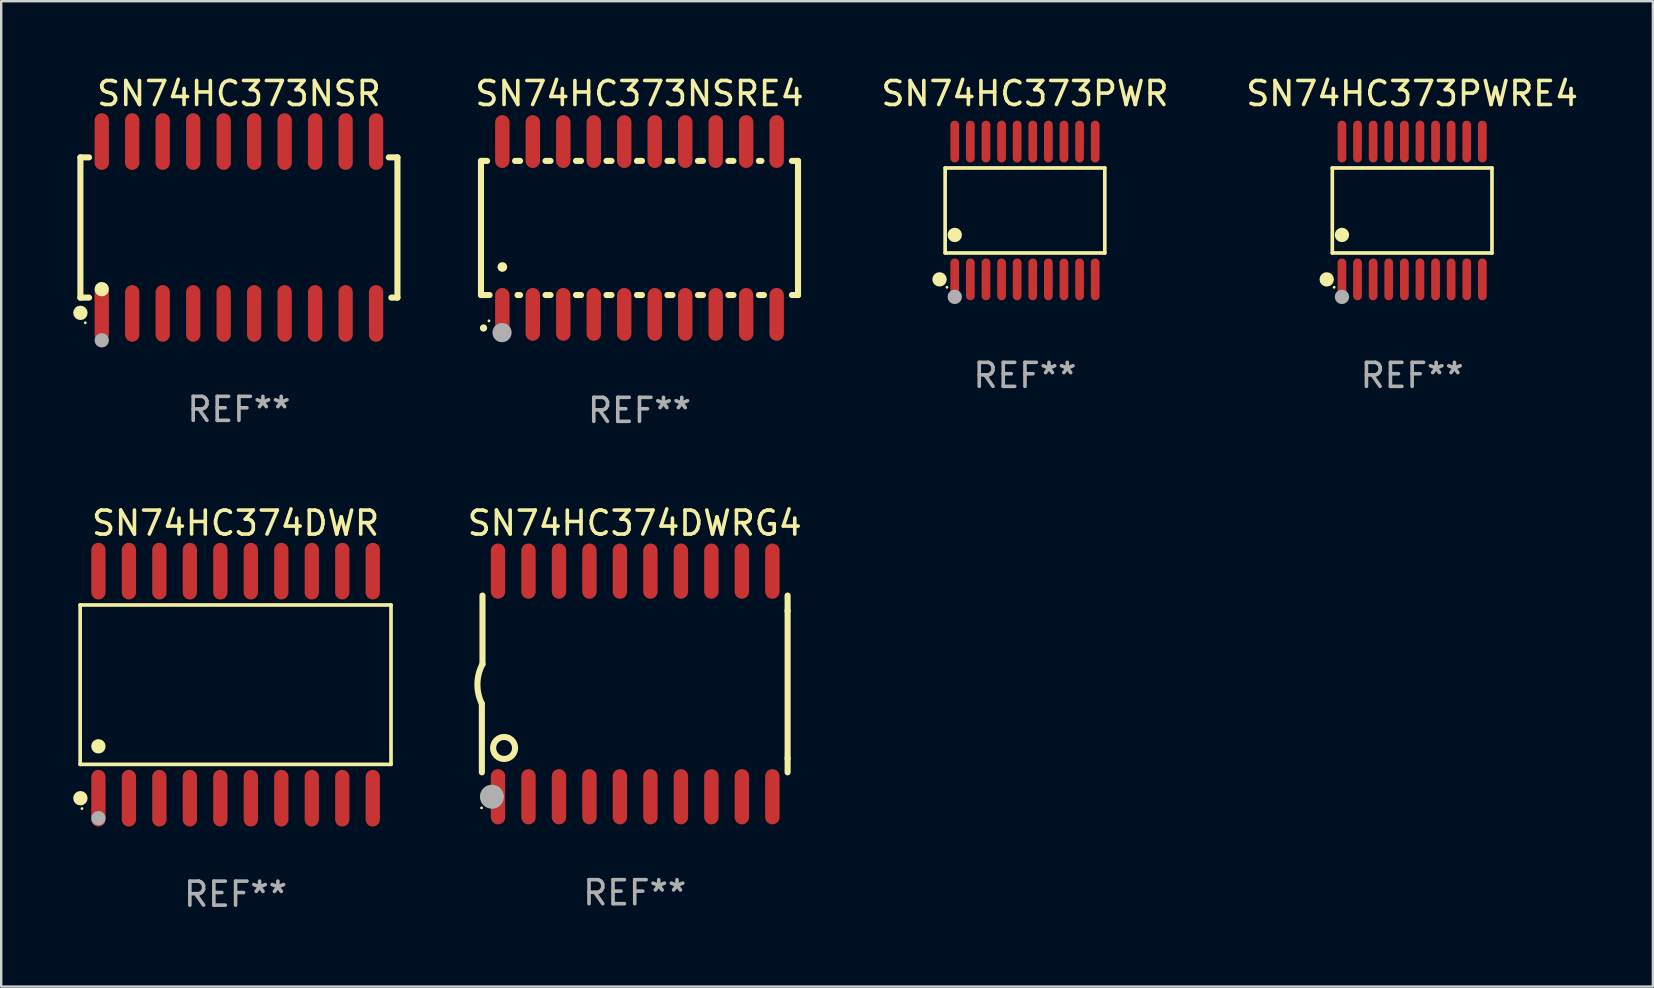
<source format=kicad_pcb>
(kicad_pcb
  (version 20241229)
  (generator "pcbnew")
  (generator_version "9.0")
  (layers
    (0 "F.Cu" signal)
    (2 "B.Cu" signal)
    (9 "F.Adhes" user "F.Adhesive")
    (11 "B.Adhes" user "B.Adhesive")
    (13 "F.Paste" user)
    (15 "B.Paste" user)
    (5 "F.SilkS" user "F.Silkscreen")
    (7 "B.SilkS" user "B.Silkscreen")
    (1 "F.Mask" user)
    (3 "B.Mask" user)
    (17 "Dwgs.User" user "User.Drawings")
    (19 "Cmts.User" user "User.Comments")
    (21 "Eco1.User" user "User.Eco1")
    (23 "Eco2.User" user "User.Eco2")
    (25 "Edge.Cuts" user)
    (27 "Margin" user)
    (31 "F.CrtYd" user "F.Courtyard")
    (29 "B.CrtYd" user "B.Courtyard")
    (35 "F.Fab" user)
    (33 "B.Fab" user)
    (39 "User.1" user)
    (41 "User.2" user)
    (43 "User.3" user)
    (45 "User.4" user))
  (footprint "SN74HC373PWRE4"
    (layer "F.Cu")
    (at 55.784 5.719)
    (property "Reference" "SN74HC373PWRE4" (at 0 -4.871 0) (layer "F.SilkS") (effects (font (size 1 1) (thickness 0.15))))
    (attr through_hole)
    (fp_line (start -3.326 -1.771) (end 3.326 -1.771) (stroke (width 0.152) (type solid)) (layer "F.SilkS"))
    (fp_line (start -3.326 1.771) (end -3.326 -1.771) (stroke (width 0.152) (type solid)) (layer "F.SilkS"))
    (fp_line (start 3.326 -1.771) (end 3.326 1.771) (stroke (width 0.152) (type solid)) (layer "F.SilkS"))
    (fp_line (start 3.326 1.771) (end -3.326 1.771) (stroke (width 0.152) (type solid)) (layer "F.SilkS"))
    (fp_circle (center -3.559 2.871) (end -3.409 2.871) (stroke (width 0.3) (type solid)) (fill no) (layer "F.SilkS"))
    (fp_circle (center -3.25 3.2) (end -3.22 3.2) (stroke (width 0.06) (type solid)) (fill no) (layer "F.SilkS"))
    (fp_circle (center -2.925 1.019) (end -2.775 1.019) (stroke (width 0.3) (type solid)) (fill no) (layer "F.SilkS"))
    (fp_circle (center -2.925 3.6) (end -2.775 3.6) (stroke (width 0.3) (type solid)) (fill no) (layer "F.Fab"))
    (fp_text user "REF**" (at 0 6.871 0) (layer "F.Fab") (effects (font (size 1 1) (thickness 0.15))))
    (pad "1" smd oval (at -2.925 2.871) (size 0.364 1.742) (layers "F.Cu" "F.Mask" "F.Paste"))
    (pad "2" smd oval (at -2.275 2.871) (size 0.364 1.742) (layers "F.Cu" "F.Mask" "F.Paste"))
    (pad "3" smd oval (at -1.625 2.871) (size 0.364 1.742) (layers "F.Cu" "F.Mask" "F.Paste"))
    (pad "4" smd oval (at -0.975 2.871) (size 0.364 1.742) (layers "F.Cu" "F.Mask" "F.Paste"))
    (pad "5" smd oval (at -0.325 2.871) (size 0.364 1.742) (layers "F.Cu" "F.Mask" "F.Paste"))
    (pad "6" smd oval (at 0.325 2.871) (size 0.364 1.742) (layers "F.Cu" "F.Mask" "F.Paste"))
    (pad "7" smd oval (at 0.975 2.871) (size 0.364 1.742) (layers "F.Cu" "F.Mask" "F.Paste"))
    (pad "8" smd oval (at 1.625 2.871) (size 0.364 1.742) (layers "F.Cu" "F.Mask" "F.Paste"))
    (pad "9" smd oval (at 2.275 2.871) (size 0.364 1.742) (layers "F.Cu" "F.Mask" "F.Paste"))
    (pad "10" smd oval (at 2.925 2.871) (size 0.364 1.742) (layers "F.Cu" "F.Mask" "F.Paste"))
    (pad "11" smd oval (at 2.925 -2.871) (size 0.364 1.742) (layers "F.Cu" "F.Mask" "F.Paste"))
    (pad "12" smd oval (at 2.275 -2.871) (size 0.364 1.742) (layers "F.Cu" "F.Mask" "F.Paste"))
    (pad "13" smd oval (at 1.625 -2.871) (size 0.364 1.742) (layers "F.Cu" "F.Mask" "F.Paste"))
    (pad "14" smd oval (at 0.975 -2.871) (size 0.364 1.742) (layers "F.Cu" "F.Mask" "F.Paste"))
    (pad "15" smd oval (at 0.325 -2.871) (size 0.364 1.742) (layers "F.Cu" "F.Mask" "F.Paste"))
    (pad "16" smd oval (at -0.325 -2.871) (size 0.364 1.742) (layers "F.Cu" "F.Mask" "F.Paste"))
    (pad "17" smd oval (at -0.975 -2.871) (size 0.364 1.742) (layers "F.Cu" "F.Mask" "F.Paste"))
    (pad "18" smd oval (at -1.625 -2.871) (size 0.364 1.742) (layers "F.Cu" "F.Mask" "F.Paste"))
    (pad "19" smd oval (at -2.275 -2.871) (size 0.364 1.742) (layers "F.Cu" "F.Mask" "F.Paste"))
    (pad "20" smd oval (at -2.925 -2.871) (size 0.364 1.742) (layers "F.Cu" "F.Mask" "F.Paste")))
  (footprint "SN74HC374DWR"
    (layer "F.Cu")
    (at 6.765 25.475)
    (property "Reference" "SN74HC374DWR" (at 0 -6.73 0) (layer "F.SilkS") (effects (font (size 1 1) (thickness 0.15))))
    (attr through_hole)
    (fp_line (start -6.476 -3.321) (end 6.476 -3.321) (stroke (width 0.152) (type solid)) (layer "F.SilkS"))
    (fp_line (start -6.476 3.321) (end -6.476 -3.321) (stroke (width 0.152) (type solid)) (layer "F.SilkS"))
    (fp_line (start 6.476 -3.321) (end 6.476 3.321) (stroke (width 0.152) (type solid)) (layer "F.SilkS"))
    (fp_line (start 6.476 3.321) (end -6.476 3.321) (stroke (width 0.152) (type solid)) (layer "F.SilkS"))
    (fp_circle (center -6.465 4.73) (end -6.315 4.73) (stroke (width 0.3) (type solid)) (fill no) (layer "F.SilkS"))
    (fp_circle (center -6.4 5.163) (end -6.37 5.163) (stroke (width 0.06) (type solid)) (fill no) (layer "F.SilkS"))
    (fp_circle (center -5.715 2.569) (end -5.565 2.569) (stroke (width 0.3) (type solid)) (fill no) (layer "F.SilkS"))
    (fp_circle (center -5.715 5.563) (end -5.565 5.563) (stroke (width 0.3) (type solid)) (fill no) (layer "F.Fab"))
    (fp_text user "REF**" (at 0 8.73 0) (layer "F.Fab") (effects (font (size 1 1) (thickness 0.15))))
    (pad "1" smd oval (at -5.715 4.73) (size 0.595 2.36) (layers "F.Cu" "F.Mask" "F.Paste"))
    (pad "2" smd oval (at -4.445 4.73) (size 0.595 2.36) (layers "F.Cu" "F.Mask" "F.Paste"))
    (pad "3" smd oval (at -3.175 4.73) (size 0.595 2.36) (layers "F.Cu" "F.Mask" "F.Paste"))
    (pad "4" smd oval (at -1.905 4.73) (size 0.595 2.36) (layers "F.Cu" "F.Mask" "F.Paste"))
    (pad "5" smd oval (at -0.635 4.73) (size 0.595 2.36) (layers "F.Cu" "F.Mask" "F.Paste"))
    (pad "6" smd oval (at 0.635 4.73) (size 0.595 2.36) (layers "F.Cu" "F.Mask" "F.Paste"))
    (pad "7" smd oval (at 1.905 4.73) (size 0.595 2.36) (layers "F.Cu" "F.Mask" "F.Paste"))
    (pad "8" smd oval (at 3.175 4.73) (size 0.595 2.36) (layers "F.Cu" "F.Mask" "F.Paste"))
    (pad "9" smd oval (at 4.445 4.73) (size 0.595 2.36) (layers "F.Cu" "F.Mask" "F.Paste"))
    (pad "10" smd oval (at 5.715 4.73) (size 0.595 2.36) (layers "F.Cu" "F.Mask" "F.Paste"))
    (pad "11" smd oval (at 5.715 -4.73) (size 0.595 2.36) (layers "F.Cu" "F.Mask" "F.Paste"))
    (pad "12" smd oval (at 4.445 -4.73) (size 0.595 2.36) (layers "F.Cu" "F.Mask" "F.Paste"))
    (pad "13" smd oval (at 3.175 -4.73) (size 0.595 2.36) (layers "F.Cu" "F.Mask" "F.Paste"))
    (pad "14" smd oval (at 1.905 -4.73) (size 0.595 2.36) (layers "F.Cu" "F.Mask" "F.Paste"))
    (pad "15" smd oval (at 0.635 -4.73) (size 0.595 2.36) (layers "F.Cu" "F.Mask" "F.Paste"))
    (pad "16" smd oval (at -0.635 -4.73) (size 0.595 2.36) (layers "F.Cu" "F.Mask" "F.Paste"))
    (pad "17" smd oval (at -1.905 -4.73) (size 0.595 2.36) (layers "F.Cu" "F.Mask" "F.Paste"))
    (pad "18" smd oval (at -3.175 -4.73) (size 0.595 2.36) (layers "F.Cu" "F.Mask" "F.Paste"))
    (pad "19" smd oval (at -4.445 -4.73) (size 0.595 2.36) (layers "F.Cu" "F.Mask" "F.Paste"))
    (pad "20" smd oval (at -5.715 -4.73) (size 0.595 2.36) (layers "F.Cu" "F.Mask" "F.Paste")))
  (footprint "SN74HC373PWR"
    (layer "F.Cu")
    (at 39.653 5.719)
    (property "Reference" "SN74HC373PWR" (at 0 -4.871 0) (layer "F.SilkS") (effects (font (size 1 1) (thickness 0.15))))
    (attr through_hole)
    (fp_line (start -3.326 -1.771) (end 3.326 -1.771) (stroke (width 0.152) (type solid)) (layer "F.SilkS"))
    (fp_line (start -3.326 1.771) (end -3.326 -1.771) (stroke (width 0.152) (type solid)) (layer "F.SilkS"))
    (fp_line (start 3.326 -1.771) (end 3.326 1.771) (stroke (width 0.152) (type solid)) (layer "F.SilkS"))
    (fp_line (start 3.326 1.771) (end -3.326 1.771) (stroke (width 0.152) (type solid)) (layer "F.SilkS"))
    (fp_circle (center -3.559 2.871) (end -3.409 2.871) (stroke (width 0.3) (type solid)) (fill no) (layer "F.SilkS"))
    (fp_circle (center -3.25 3.2) (end -3.22 3.2) (stroke (width 0.06) (type solid)) (fill no) (layer "F.SilkS"))
    (fp_circle (center -2.925 1.019) (end -2.775 1.019) (stroke (width 0.3) (type solid)) (fill no) (layer "F.SilkS"))
    (fp_circle (center -2.925 3.6) (end -2.775 3.6) (stroke (width 0.3) (type solid)) (fill no) (layer "F.Fab"))
    (fp_text user "REF**" (at 0 6.871 0) (layer "F.Fab") (effects (font (size 1 1) (thickness 0.15))))
    (pad "1" smd oval (at -2.925 2.871) (size 0.364 1.742) (layers "F.Cu" "F.Mask" "F.Paste"))
    (pad "2" smd oval (at -2.275 2.871) (size 0.364 1.742) (layers "F.Cu" "F.Mask" "F.Paste"))
    (pad "3" smd oval (at -1.625 2.871) (size 0.364 1.742) (layers "F.Cu" "F.Mask" "F.Paste"))
    (pad "4" smd oval (at -0.975 2.871) (size 0.364 1.742) (layers "F.Cu" "F.Mask" "F.Paste"))
    (pad "5" smd oval (at -0.325 2.871) (size 0.364 1.742) (layers "F.Cu" "F.Mask" "F.Paste"))
    (pad "6" smd oval (at 0.325 2.871) (size 0.364 1.742) (layers "F.Cu" "F.Mask" "F.Paste"))
    (pad "7" smd oval (at 0.975 2.871) (size 0.364 1.742) (layers "F.Cu" "F.Mask" "F.Paste"))
    (pad "8" smd oval (at 1.625 2.871) (size 0.364 1.742) (layers "F.Cu" "F.Mask" "F.Paste"))
    (pad "9" smd oval (at 2.275 2.871) (size 0.364 1.742) (layers "F.Cu" "F.Mask" "F.Paste"))
    (pad "10" smd oval (at 2.925 2.871) (size 0.364 1.742) (layers "F.Cu" "F.Mask" "F.Paste"))
    (pad "11" smd oval (at 2.925 -2.871) (size 0.364 1.742) (layers "F.Cu" "F.Mask" "F.Paste"))
    (pad "12" smd oval (at 2.275 -2.871) (size 0.364 1.742) (layers "F.Cu" "F.Mask" "F.Paste"))
    (pad "13" smd oval (at 1.625 -2.871) (size 0.364 1.742) (layers "F.Cu" "F.Mask" "F.Paste"))
    (pad "14" smd oval (at 0.975 -2.871) (size 0.364 1.742) (layers "F.Cu" "F.Mask" "F.Paste"))
    (pad "15" smd oval (at 0.325 -2.871) (size 0.364 1.742) (layers "F.Cu" "F.Mask" "F.Paste"))
    (pad "16" smd oval (at -0.325 -2.871) (size 0.364 1.742) (layers "F.Cu" "F.Mask" "F.Paste"))
    (pad "17" smd oval (at -0.975 -2.871) (size 0.364 1.742) (layers "F.Cu" "F.Mask" "F.Paste"))
    (pad "18" smd oval (at -1.625 -2.871) (size 0.364 1.742) (layers "F.Cu" "F.Mask" "F.Paste"))
    (pad "19" smd oval (at -2.275 -2.871) (size 0.364 1.742) (layers "F.Cu" "F.Mask" "F.Paste"))
    (pad "20" smd oval (at -2.925 -2.871) (size 0.364 1.742) (layers "F.Cu" "F.Mask" "F.Paste")))
  (footprint "SN74HC374DWRG4"
    (layer "F.Cu")
    (at 23.395 25.445)
    (property "Reference" "SN74HC374DWRG4" (at 0 -6.7 0) (layer "F.SilkS") (effects (font (size 1 1) (thickness 0.15))))
    (attr through_hole)
    (fp_line (start -6.369 0.826) (end -6.369 3.683) (stroke (width 0.254) (type solid)) (layer "F.SilkS"))
    (fp_line (start -6.343 -0.825) (end -6.343 -3.683) (stroke (width 0.254) (type solid)) (layer "F.SilkS"))
    (fp_line (start 6.369 -3.048) (end 6.369 -3.683) (stroke (width 0.254) (type solid)) (layer "F.SilkS"))
    (fp_line (start 6.369 -3.048) (end 6.369 3.096) (stroke (width 0.254) (type solid)) (layer "F.SilkS"))
    (fp_line (start 6.369 3.096) (end 6.369 3.683) (stroke (width 0.254) (type solid)) (layer "F.SilkS"))
    (fp_arc (start -6.36853 0.825552) (mid -6.554743 -0.00301) (end -6.343129 -0.825451) (stroke (width 0.254001) (type solid)) (layer "F.SilkS"))
    (fp_circle (center -6.382 5.163) (end -6.352 5.163) (stroke (width 0.06) (type solid)) (fill no) (layer "F.SilkS"))
    (fp_circle (center -5.443 2.667) (end -4.985 2.667) (stroke (width 0.254) (type solid)) (fill no) (layer "F.SilkS"))
    (fp_circle (center -5.951 4.699) (end -5.701 4.699) (stroke (width 0.5) (type solid)) (fill no) (layer "F.Fab"))
    (fp_text user "REF**" (at 0 8.7 0) (layer "F.Fab") (effects (font (size 1 1) (thickness 0.15))))
    (pad "1" smd oval (at -5.697 4.7 180) (size 0.6 2.3) (layers "F.Cu" "F.Mask" "F.Paste"))
    (pad "2" smd oval (at -4.427 4.7 180) (size 0.6 2.3) (layers "F.Cu" "F.Mask" "F.Paste"))
    (pad "3" smd oval (at -3.157 4.7 180) (size 0.6 2.3) (layers "F.Cu" "F.Mask" "F.Paste"))
    (pad "4" smd oval (at -1.887 4.7 180) (size 0.6 2.3) (layers "F.Cu" "F.Mask" "F.Paste"))
    (pad "5" smd oval (at -0.617 4.7 180) (size 0.6 2.3) (layers "F.Cu" "F.Mask" "F.Paste"))
    (pad "6" smd oval (at 0.653 4.7 180) (size 0.6 2.3) (layers "F.Cu" "F.Mask" "F.Paste"))
    (pad "7" smd oval (at 1.923 4.7 180) (size 0.6 2.3) (layers "F.Cu" "F.Mask" "F.Paste"))
    (pad "8" smd oval (at 3.193 4.7 180) (size 0.6 2.3) (layers "F.Cu" "F.Mask" "F.Paste"))
    (pad "9" smd oval (at 4.463 4.7 180) (size 0.6 2.3) (layers "F.Cu" "F.Mask" "F.Paste"))
    (pad "10" smd oval (at 5.734 4.7 180) (size 0.6 2.3) (layers "F.Cu" "F.Mask" "F.Paste"))
    (pad "11" smd oval (at 5.734 -4.7 180) (size 0.6 2.3) (layers "F.Cu" "F.Mask" "F.Paste"))
    (pad "12" smd oval (at 4.463 -4.7 180) (size 0.6 2.3) (layers "F.Cu" "F.Mask" "F.Paste"))
    (pad "13" smd oval (at 3.193 -4.7 180) (size 0.6 2.3) (layers "F.Cu" "F.Mask" "F.Paste"))
    (pad "14" smd oval (at 1.923 -4.7 180) (size 0.6 2.3) (layers "F.Cu" "F.Mask" "F.Paste"))
    (pad "15" smd oval (at 0.653 -4.7 180) (size 0.6 2.3) (layers "F.Cu" "F.Mask" "F.Paste"))
    (pad "16" smd oval (at -0.617 -4.7 180) (size 0.6 2.3) (layers "F.Cu" "F.Mask" "F.Paste"))
    (pad "17" smd oval (at -1.887 -4.7 180) (size 0.6 2.3) (layers "F.Cu" "F.Mask" "F.Paste"))
    (pad "18" smd oval (at -3.157 -4.7 180) (size 0.6 2.3) (layers "F.Cu" "F.Mask" "F.Paste"))
    (pad "19" smd oval (at -4.427 -4.7 180) (size 0.6 2.3) (layers "F.Cu" "F.Mask" "F.Paste"))
    (pad "20" smd oval (at -5.697 -4.7 180) (size 0.6 2.3) (layers "F.Cu" "F.Mask" "F.Paste")))
  (footprint "SN74HC373NSRE4"
    (layer "F.Cu")
    (at 23.593 6.448)
    (property "Reference" "SN74HC373NSRE4" (at 0 -5.6 0) (layer "F.SilkS") (effects (font (size 1 1) (thickness 0.15))))
    (attr through_hole)
    (fp_line (start -6.604 -2.794) (end -6.604 2.794) (stroke (width 0.254) (type solid)) (layer "F.SilkS"))
    (fp_line (start -6.604 2.794) (end -6.246 2.794) (stroke (width 0.254) (type solid)) (layer "F.SilkS"))
    (fp_line (start -6.35 -2.794) (end -6.604 -2.794) (stroke (width 0.254) (type solid)) (layer "F.SilkS"))
    (fp_line (start -5.184 -2.794) (end -4.976 -2.794) (stroke (width 0.254) (type solid)) (layer "F.SilkS"))
    (fp_line (start -5.08 2.794) (end -4.976 2.794) (stroke (width 0.254) (type solid)) (layer "F.SilkS"))
    (fp_line (start -3.914 -2.794) (end -3.706 -2.794) (stroke (width 0.254) (type solid)) (layer "F.SilkS"))
    (fp_line (start -3.914 2.794) (end -3.706 2.794) (stroke (width 0.254) (type solid)) (layer "F.SilkS"))
    (fp_line (start -2.644 -2.794) (end -2.436 -2.794) (stroke (width 0.254) (type solid)) (layer "F.SilkS"))
    (fp_line (start -2.644 2.794) (end -2.436 2.794) (stroke (width 0.254) (type solid)) (layer "F.SilkS"))
    (fp_line (start -1.374 -2.794) (end -1.166 -2.794) (stroke (width 0.254) (type solid)) (layer "F.SilkS"))
    (fp_line (start -1.374 2.794) (end -1.166 2.794) (stroke (width 0.254) (type solid)) (layer "F.SilkS"))
    (fp_line (start -0.104 -2.794) (end 0.104 -2.794) (stroke (width 0.254) (type solid)) (layer "F.SilkS"))
    (fp_line (start -0.104 2.794) (end 0.104 2.794) (stroke (width 0.254) (type solid)) (layer "F.SilkS"))
    (fp_line (start 1.166 -2.794) (end 1.374 -2.794) (stroke (width 0.254) (type solid)) (layer "F.SilkS"))
    (fp_line (start 1.166 2.794) (end 1.374 2.794) (stroke (width 0.254) (type solid)) (layer "F.SilkS"))
    (fp_line (start 2.436 -2.794) (end 2.644 -2.794) (stroke (width 0.254) (type solid)) (layer "F.SilkS"))
    (fp_line (start 2.436 2.794) (end 2.644 2.794) (stroke (width 0.254) (type solid)) (layer "F.SilkS"))
    (fp_line (start 3.706 -2.794) (end 3.914 -2.794) (stroke (width 0.254) (type solid)) (layer "F.SilkS"))
    (fp_line (start 3.706 2.794) (end 3.914 2.794) (stroke (width 0.254) (type solid)) (layer "F.SilkS"))
    (fp_line (start 4.976 -2.794) (end 5.08 -2.794) (stroke (width 0.254) (type solid)) (layer "F.SilkS"))
    (fp_line (start 4.976 2.794) (end 5.184 2.794) (stroke (width 0.254) (type solid)) (layer "F.SilkS"))
    (fp_line (start 6.35 -2.794) (end 6.604 -2.794) (stroke (width 0.254) (type solid)) (layer "F.SilkS"))
    (fp_line (start 6.604 -2.794) (end 6.604 2.794) (stroke (width 0.254) (type solid)) (layer "F.SilkS"))
    (fp_line (start 6.604 2.794) (end 6.35 2.794) (stroke (width 0.254) (type solid)) (layer "F.SilkS"))
    (fp_arc (start -6.499619 4.167793) (mid -6.498349 4.167788) (end -6.497079 4.167793) (stroke (width 0.3) (type solid)) (layer "F.SilkS"))
    (fp_arc (start -5.715011 1.625603) (mid -5.713741 1.625599) (end -5.712471 1.625603) (stroke (width 0.4) (type solid)) (layer "F.SilkS"))
    (fp_circle (center -6.27 3.87) (end -6.24 3.87) (stroke (width 0.06) (type solid)) (fill no) (layer "F.SilkS"))
    (fp_circle (center -5.727 4.359) (end -5.527 4.359) (stroke (width 0.4) (type solid)) (fill no) (layer "F.Fab"))
    (fp_text user "REF**" (at 0 7.6 0) (layer "F.Fab") (effects (font (size 1 1) (thickness 0.15))))
    (pad "1" smd oval (at -5.715 3.6) (size 0.6 2.2) (layers "F.Cu" "F.Mask" "F.Paste"))
    (pad "2" smd oval (at -4.445 3.6) (size 0.6 2.2) (layers "F.Cu" "F.Mask" "F.Paste"))
    (pad "3" smd oval (at -3.175 3.6) (size 0.6 2.2) (layers "F.Cu" "F.Mask" "F.Paste"))
    (pad "4" smd oval (at -1.905 3.6) (size 0.6 2.2) (layers "F.Cu" "F.Mask" "F.Paste"))
    (pad "5" smd oval (at -0.635 3.6) (size 0.6 2.2) (layers "F.Cu" "F.Mask" "F.Paste"))
    (pad "6" smd oval (at 0.635 3.6) (size 0.6 2.2) (layers "F.Cu" "F.Mask" "F.Paste"))
    (pad "7" smd oval (at 1.905 3.6) (size 0.6 2.2) (layers "F.Cu" "F.Mask" "F.Paste"))
    (pad "8" smd oval (at 3.175 3.6) (size 0.6 2.2) (layers "F.Cu" "F.Mask" "F.Paste"))
    (pad "9" smd oval (at 4.445 3.6) (size 0.6 2.2) (layers "F.Cu" "F.Mask" "F.Paste"))
    (pad "10" smd oval (at 5.715 3.6) (size 0.6 2.2) (layers "F.Cu" "F.Mask" "F.Paste"))
    (pad "11" smd oval (at 5.715 -3.6 180) (size 0.6 2.2) (layers "F.Cu" "F.Mask" "F.Paste"))
    (pad "12" smd oval (at 4.445 -3.6 180) (size 0.6 2.2) (layers "F.Cu" "F.Mask" "F.Paste"))
    (pad "13" smd oval (at 3.175 -3.6 180) (size 0.6 2.2) (layers "F.Cu" "F.Mask" "F.Paste"))
    (pad "14" smd oval (at 1.905 -3.6 180) (size 0.6 2.2) (layers "F.Cu" "F.Mask" "F.Paste"))
    (pad "15" smd oval (at 0.635 -3.6 180) (size 0.6 2.2) (layers "F.Cu" "F.Mask" "F.Paste"))
    (pad "16" smd oval (at -0.635 -3.6 180) (size 0.6 2.2) (layers "F.Cu" "F.Mask" "F.Paste"))
    (pad "17" smd oval (at -1.905 -3.6 180) (size 0.6 2.2) (layers "F.Cu" "F.Mask" "F.Paste"))
    (pad "18" smd oval (at -3.175 -3.6 180) (size 0.6 2.2) (layers "F.Cu" "F.Mask" "F.Paste"))
    (pad "19" smd oval (at -4.445 -3.6 180) (size 0.6 2.2) (layers "F.Cu" "F.Mask" "F.Paste"))
    (pad "20" smd oval (at -5.715 -3.6 180) (size 0.6 2.2) (layers "F.Cu" "F.Mask" "F.Paste")))
  (footprint "SN74HC373NSR"
    (layer "F.Cu")
    (at 6.904 6.428)
    (property "Reference" "SN74HC373NSR" (at 0 -5.58 0) (layer "F.SilkS") (effects (font (size 1 1) (thickness 0.15))))
    (attr through_hole)
    (fp_line (start -6.604 -2.921) (end -6.604 2.921) (stroke (width 0.254) (type solid)) (layer "F.SilkS"))
    (fp_line (start -6.604 2.921) (end -6.244 2.921) (stroke (width 0.254) (type solid)) (layer "F.SilkS"))
    (fp_line (start -6.244 -2.921) (end -6.604 -2.921) (stroke (width 0.254) (type solid)) (layer "F.SilkS"))
    (fp_line (start 6.244 -2.921) (end 6.604 -2.921) (stroke (width 0.254) (type solid)) (layer "F.SilkS"))
    (fp_line (start 6.604 -2.921) (end 6.604 2.921) (stroke (width 0.254) (type solid)) (layer "F.SilkS"))
    (fp_line (start 6.604 2.921) (end 6.35 2.921) (stroke (width 0.254) (type solid)) (layer "F.SilkS"))
    (fp_circle (center -6.604 3.556) (end -6.454 3.556) (stroke (width 0.3) (type solid)) (fill no) (layer "F.SilkS"))
    (fp_circle (center -6.4 3.97) (end -6.37 3.97) (stroke (width 0.06) (type solid)) (fill no) (layer "F.SilkS"))
    (fp_circle (center -5.715 2.569) (end -5.565 2.569) (stroke (width 0.3) (type solid)) (fill no) (layer "F.SilkS"))
    (fp_circle (center -5.715 4.699) (end -5.565 4.699) (stroke (width 0.3) (type solid)) (fill no) (layer "F.Fab"))
    (fp_text user "REF**" (at 0 7.58 0) (layer "F.Fab") (effects (font (size 1 1) (thickness 0.15))))
    (pad "1" smd oval (at -5.715 3.58) (size 0.595 2.36) (layers "F.Cu" "F.Mask" "F.Paste"))
    (pad "2" smd oval (at -4.445 3.58) (size 0.595 2.36) (layers "F.Cu" "F.Mask" "F.Paste"))
    (pad "3" smd oval (at -3.175 3.58) (size 0.595 2.36) (layers "F.Cu" "F.Mask" "F.Paste"))
    (pad "4" smd oval (at -1.905 3.58) (size 0.595 2.36) (layers "F.Cu" "F.Mask" "F.Paste"))
    (pad "5" smd oval (at -0.635 3.58) (size 0.595 2.36) (layers "F.Cu" "F.Mask" "F.Paste"))
    (pad "6" smd oval (at 0.635 3.58) (size 0.595 2.36) (layers "F.Cu" "F.Mask" "F.Paste"))
    (pad "7" smd oval (at 1.905 3.58) (size 0.595 2.36) (layers "F.Cu" "F.Mask" "F.Paste"))
    (pad "8" smd oval (at 3.175 3.58) (size 0.595 2.36) (layers "F.Cu" "F.Mask" "F.Paste"))
    (pad "9" smd oval (at 4.445 3.58) (size 0.595 2.36) (layers "F.Cu" "F.Mask" "F.Paste"))
    (pad "10" smd oval (at 5.715 3.58) (size 0.595 2.36) (layers "F.Cu" "F.Mask" "F.Paste"))
    (pad "11" smd oval (at 5.715 -3.58) (size 0.595 2.36) (layers "F.Cu" "F.Mask" "F.Paste"))
    (pad "12" smd oval (at 4.445 -3.58) (size 0.595 2.36) (layers "F.Cu" "F.Mask" "F.Paste"))
    (pad "13" smd oval (at 3.175 -3.58) (size 0.595 2.36) (layers "F.Cu" "F.Mask" "F.Paste"))
    (pad "14" smd oval (at 1.905 -3.58) (size 0.595 2.36) (layers "F.Cu" "F.Mask" "F.Paste"))
    (pad "15" smd oval (at 0.635 -3.58) (size 0.595 2.36) (layers "F.Cu" "F.Mask" "F.Paste"))
    (pad "16" smd oval (at -0.635 -3.58) (size 0.595 2.36) (layers "F.Cu" "F.Mask" "F.Paste"))
    (pad "17" smd oval (at -1.905 -3.58) (size 0.595 2.36) (layers "F.Cu" "F.Mask" "F.Paste"))
    (pad "18" smd oval (at -3.175 -3.58) (size 0.595 2.36) (layers "F.Cu" "F.Mask" "F.Paste"))
    (pad "19" smd oval (at -4.445 -3.58) (size 0.595 2.36) (layers "F.Cu" "F.Mask" "F.Paste"))
    (pad "20" smd oval (at -5.715 -3.58) (size 0.595 2.36) (layers "F.Cu" "F.Mask" "F.Paste")))
  (gr_rect
    (start -3 -3)
    (end 65.814 38.053)
    (stroke (width 0.1) (type default))
    (fill no)
    (layer "Edge.Cuts")))
</source>
